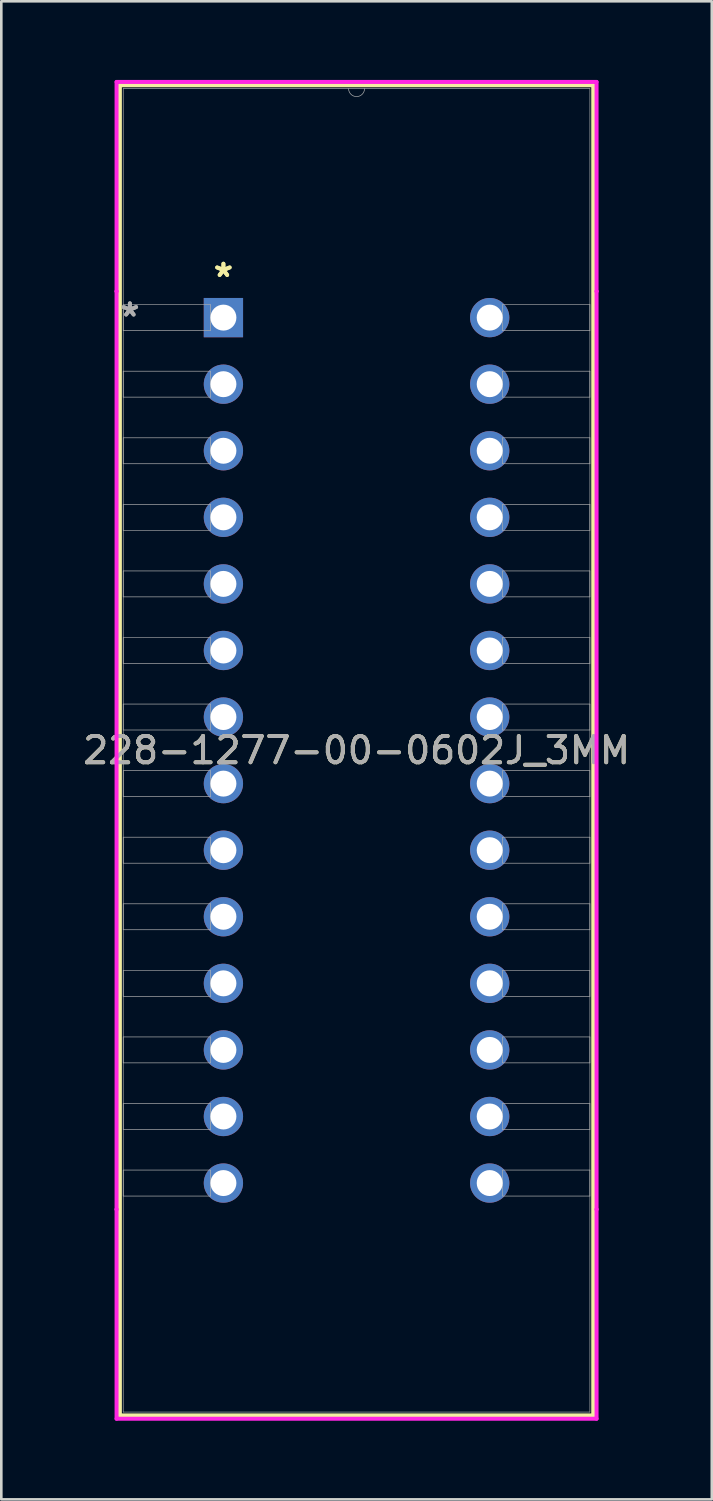
<source format=kicad_pcb>
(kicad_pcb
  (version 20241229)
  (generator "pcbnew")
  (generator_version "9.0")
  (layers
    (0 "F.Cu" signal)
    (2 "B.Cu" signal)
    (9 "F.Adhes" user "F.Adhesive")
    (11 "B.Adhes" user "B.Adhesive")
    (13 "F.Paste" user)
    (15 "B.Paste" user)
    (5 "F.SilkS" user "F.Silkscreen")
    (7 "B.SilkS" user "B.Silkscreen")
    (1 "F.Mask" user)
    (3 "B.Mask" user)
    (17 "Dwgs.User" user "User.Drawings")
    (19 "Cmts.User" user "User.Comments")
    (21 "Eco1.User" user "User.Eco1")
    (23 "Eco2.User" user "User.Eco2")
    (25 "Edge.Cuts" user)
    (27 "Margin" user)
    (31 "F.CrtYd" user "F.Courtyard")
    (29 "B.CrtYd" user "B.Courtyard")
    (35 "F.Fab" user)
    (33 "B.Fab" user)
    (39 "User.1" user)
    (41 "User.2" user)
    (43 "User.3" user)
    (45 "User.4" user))
  (footprint "228-1277-00-0602J_3MM"
    (layer "F.Cu")
    (at 5.474 9.068)
    (property "Reference" "228-1277-00-0602J_3MM" (at 5.08 16.51 0) (unlocked yes) (layer "F.SilkS") (effects (font (size 1 1) (thickness 0.15))))
    (attr through_hole)
    (fp_line (start -3.95 -8.865) (end -3.95 41.885) (stroke (width 0.152) (type solid)) (layer "F.SilkS"))
    (fp_line (start -3.95 41.885) (end 14.11 41.885) (stroke (width 0.152) (type solid)) (layer "F.SilkS"))
    (fp_line (start 14.11 -8.865) (end -3.95 -8.865) (stroke (width 0.152) (type solid)) (layer "F.SilkS"))
    (fp_line (start 14.11 41.885) (end 14.11 -8.865) (stroke (width 0.152) (type solid)) (layer "F.SilkS"))
    (fp_line (start -4.077 -8.992) (end 14.237 -8.992) (stroke (width 0.152) (type solid)) (layer "F.CrtYd"))
    (fp_line (start -4.077 -1.003) (end -4.077 -8.992) (stroke (width 0.152) (type solid)) (layer "F.CrtYd"))
    (fp_line (start -4.077 -1.003) (end -4.077 -1.003) (stroke (width 0.152) (type solid)) (layer "F.CrtYd"))
    (fp_line (start -4.077 34.023) (end -4.077 -1.003) (stroke (width 0.152) (type solid)) (layer "F.CrtYd"))
    (fp_line (start -4.077 34.023) (end -4.077 34.023) (stroke (width 0.152) (type solid)) (layer "F.CrtYd"))
    (fp_line (start -4.077 42.012) (end -4.077 34.023) (stroke (width 0.152) (type solid)) (layer "F.CrtYd"))
    (fp_line (start 14.237 -8.992) (end 14.237 -1.003) (stroke (width 0.152) (type solid)) (layer "F.CrtYd"))
    (fp_line (start 14.237 -1.003) (end 14.237 -1.003) (stroke (width 0.152) (type solid)) (layer "F.CrtYd"))
    (fp_line (start 14.237 -1.003) (end 14.237 34.023) (stroke (width 0.152) (type solid)) (layer "F.CrtYd"))
    (fp_line (start 14.237 34.023) (end 14.237 34.023) (stroke (width 0.152) (type solid)) (layer "F.CrtYd"))
    (fp_line (start 14.237 34.023) (end 14.237 42.012) (stroke (width 0.152) (type solid)) (layer "F.CrtYd"))
    (fp_line (start 14.237 42.012) (end -4.077 42.012) (stroke (width 0.152) (type solid)) (layer "F.CrtYd"))
    (fp_line (start -3.823 -8.738) (end -3.823 41.758) (stroke (width 0.025) (type solid)) (layer "F.Fab"))
    (fp_line (start -3.823 -0.495) (end -0.495 -0.495) (stroke (width 0.025) (type solid)) (layer "F.Fab"))
    (fp_line (start -3.823 0.495) (end -3.823 -0.495) (stroke (width 0.025) (type solid)) (layer "F.Fab"))
    (fp_line (start -3.823 2.045) (end -0.495 2.045) (stroke (width 0.025) (type solid)) (layer "F.Fab"))
    (fp_line (start -3.823 3.035) (end -3.823 2.045) (stroke (width 0.025) (type solid)) (layer "F.Fab"))
    (fp_line (start -3.823 4.585) (end -0.495 4.585) (stroke (width 0.025) (type solid)) (layer "F.Fab"))
    (fp_line (start -3.823 5.575) (end -3.823 4.585) (stroke (width 0.025) (type solid)) (layer "F.Fab"))
    (fp_line (start -3.823 7.125) (end -0.495 7.125) (stroke (width 0.025) (type solid)) (layer "F.Fab"))
    (fp_line (start -3.823 8.115) (end -3.823 7.125) (stroke (width 0.025) (type solid)) (layer "F.Fab"))
    (fp_line (start -3.823 9.665) (end -0.495 9.665) (stroke (width 0.025) (type solid)) (layer "F.Fab"))
    (fp_line (start -3.823 10.655) (end -3.823 9.665) (stroke (width 0.025) (type solid)) (layer "F.Fab"))
    (fp_line (start -3.823 12.205) (end -0.495 12.205) (stroke (width 0.025) (type solid)) (layer "F.Fab"))
    (fp_line (start -3.823 13.195) (end -3.823 12.205) (stroke (width 0.025) (type solid)) (layer "F.Fab"))
    (fp_line (start -3.823 14.745) (end -0.495 14.745) (stroke (width 0.025) (type solid)) (layer "F.Fab"))
    (fp_line (start -3.823 15.735) (end -3.823 14.745) (stroke (width 0.025) (type solid)) (layer "F.Fab"))
    (fp_line (start -3.823 17.285) (end -0.495 17.285) (stroke (width 0.025) (type solid)) (layer "F.Fab"))
    (fp_line (start -3.823 18.275) (end -3.823 17.285) (stroke (width 0.025) (type solid)) (layer "F.Fab"))
    (fp_line (start -3.823 19.825) (end -0.495 19.825) (stroke (width 0.025) (type solid)) (layer "F.Fab"))
    (fp_line (start -3.823 20.815) (end -3.823 19.825) (stroke (width 0.025) (type solid)) (layer "F.Fab"))
    (fp_line (start -3.823 22.365) (end -0.495 22.365) (stroke (width 0.025) (type solid)) (layer "F.Fab"))
    (fp_line (start -3.823 23.355) (end -3.823 22.365) (stroke (width 0.025) (type solid)) (layer "F.Fab"))
    (fp_line (start -3.823 24.905) (end -0.495 24.905) (stroke (width 0.025) (type solid)) (layer "F.Fab"))
    (fp_line (start -3.823 25.895) (end -3.823 24.905) (stroke (width 0.025) (type solid)) (layer "F.Fab"))
    (fp_line (start -3.823 27.445) (end -0.495 27.445) (stroke (width 0.025) (type solid)) (layer "F.Fab"))
    (fp_line (start -3.823 28.435) (end -3.823 27.445) (stroke (width 0.025) (type solid)) (layer "F.Fab"))
    (fp_line (start -3.823 29.985) (end -0.495 29.985) (stroke (width 0.025) (type solid)) (layer "F.Fab"))
    (fp_line (start -3.823 30.975) (end -3.823 29.985) (stroke (width 0.025) (type solid)) (layer "F.Fab"))
    (fp_line (start -3.823 32.525) (end -0.495 32.525) (stroke (width 0.025) (type solid)) (layer "F.Fab"))
    (fp_line (start -3.823 33.515) (end -3.823 32.525) (stroke (width 0.025) (type solid)) (layer "F.Fab"))
    (fp_line (start -3.823 41.758) (end 13.983 41.758) (stroke (width 0.025) (type solid)) (layer "F.Fab"))
    (fp_line (start -0.495 -0.495) (end -0.495 0.495) (stroke (width 0.025) (type solid)) (layer "F.Fab"))
    (fp_line (start -0.495 0.495) (end -3.823 0.495) (stroke (width 0.025) (type solid)) (layer "F.Fab"))
    (fp_line (start -0.495 2.045) (end -0.495 3.035) (stroke (width 0.025) (type solid)) (layer "F.Fab"))
    (fp_line (start -0.495 3.035) (end -3.823 3.035) (stroke (width 0.025) (type solid)) (layer "F.Fab"))
    (fp_line (start -0.495 4.585) (end -0.495 5.575) (stroke (width 0.025) (type solid)) (layer "F.Fab"))
    (fp_line (start -0.495 5.575) (end -3.823 5.575) (stroke (width 0.025) (type solid)) (layer "F.Fab"))
    (fp_line (start -0.495 7.125) (end -0.495 8.115) (stroke (width 0.025) (type solid)) (layer "F.Fab"))
    (fp_line (start -0.495 8.115) (end -3.823 8.115) (stroke (width 0.025) (type solid)) (layer "F.Fab"))
    (fp_line (start -0.495 9.665) (end -0.495 10.655) (stroke (width 0.025) (type solid)) (layer "F.Fab"))
    (fp_line (start -0.495 10.655) (end -3.823 10.655) (stroke (width 0.025) (type solid)) (layer "F.Fab"))
    (fp_line (start -0.495 12.205) (end -0.495 13.195) (stroke (width 0.025) (type solid)) (layer "F.Fab"))
    (fp_line (start -0.495 13.195) (end -3.823 13.195) (stroke (width 0.025) (type solid)) (layer "F.Fab"))
    (fp_line (start -0.495 14.745) (end -0.495 15.735) (stroke (width 0.025) (type solid)) (layer "F.Fab"))
    (fp_line (start -0.495 15.735) (end -3.823 15.735) (stroke (width 0.025) (type solid)) (layer "F.Fab"))
    (fp_line (start -0.495 17.285) (end -0.495 18.275) (stroke (width 0.025) (type solid)) (layer "F.Fab"))
    (fp_line (start -0.495 18.275) (end -3.823 18.275) (stroke (width 0.025) (type solid)) (layer "F.Fab"))
    (fp_line (start -0.495 19.825) (end -0.495 20.815) (stroke (width 0.025) (type solid)) (layer "F.Fab"))
    (fp_line (start -0.495 20.815) (end -3.823 20.815) (stroke (width 0.025) (type solid)) (layer "F.Fab"))
    (fp_line (start -0.495 22.365) (end -0.495 23.355) (stroke (width 0.025) (type solid)) (layer "F.Fab"))
    (fp_line (start -0.495 23.355) (end -3.823 23.355) (stroke (width 0.025) (type solid)) (layer "F.Fab"))
    (fp_line (start -0.495 24.905) (end -0.495 25.895) (stroke (width 0.025) (type solid)) (layer "F.Fab"))
    (fp_line (start -0.495 25.895) (end -3.823 25.895) (stroke (width 0.025) (type solid)) (layer "F.Fab"))
    (fp_line (start -0.495 27.445) (end -0.495 28.435) (stroke (width 0.025) (type solid)) (layer "F.Fab"))
    (fp_line (start -0.495 28.435) (end -3.823 28.435) (stroke (width 0.025) (type solid)) (layer "F.Fab"))
    (fp_line (start -0.495 29.985) (end -0.495 30.975) (stroke (width 0.025) (type solid)) (layer "F.Fab"))
    (fp_line (start -0.495 30.975) (end -3.823 30.975) (stroke (width 0.025) (type solid)) (layer "F.Fab"))
    (fp_line (start -0.495 32.525) (end -0.495 33.515) (stroke (width 0.025) (type solid)) (layer "F.Fab"))
    (fp_line (start -0.495 33.515) (end -3.823 33.515) (stroke (width 0.025) (type solid)) (layer "F.Fab"))
    (fp_line (start 10.655 -0.495) (end 13.983 -0.495) (stroke (width 0.025) (type solid)) (layer "F.Fab"))
    (fp_line (start 10.655 0.495) (end 10.655 -0.495) (stroke (width 0.025) (type solid)) (layer "F.Fab"))
    (fp_line (start 10.655 2.045) (end 13.983 2.045) (stroke (width 0.025) (type solid)) (layer "F.Fab"))
    (fp_line (start 10.655 3.035) (end 10.655 2.045) (stroke (width 0.025) (type solid)) (layer "F.Fab"))
    (fp_line (start 10.655 4.585) (end 13.983 4.585) (stroke (width 0.025) (type solid)) (layer "F.Fab"))
    (fp_line (start 10.655 5.575) (end 10.655 4.585) (stroke (width 0.025) (type solid)) (layer "F.Fab"))
    (fp_line (start 10.655 7.125) (end 13.983 7.125) (stroke (width 0.025) (type solid)) (layer "F.Fab"))
    (fp_line (start 10.655 8.115) (end 10.655 7.125) (stroke (width 0.025) (type solid)) (layer "F.Fab"))
    (fp_line (start 10.655 9.665) (end 13.983 9.665) (stroke (width 0.025) (type solid)) (layer "F.Fab"))
    (fp_line (start 10.655 10.655) (end 10.655 9.665) (stroke (width 0.025) (type solid)) (layer "F.Fab"))
    (fp_line (start 10.655 12.205) (end 13.983 12.205) (stroke (width 0.025) (type solid)) (layer "F.Fab"))
    (fp_line (start 10.655 13.195) (end 10.655 12.205) (stroke (width 0.025) (type solid)) (layer "F.Fab"))
    (fp_line (start 10.655 14.745) (end 13.983 14.745) (stroke (width 0.025) (type solid)) (layer "F.Fab"))
    (fp_line (start 10.655 15.735) (end 10.655 14.745) (stroke (width 0.025) (type solid)) (layer "F.Fab"))
    (fp_line (start 10.655 17.285) (end 13.983 17.285) (stroke (width 0.025) (type solid)) (layer "F.Fab"))
    (fp_line (start 10.655 18.275) (end 10.655 17.285) (stroke (width 0.025) (type solid)) (layer "F.Fab"))
    (fp_line (start 10.655 19.825) (end 13.983 19.825) (stroke (width 0.025) (type solid)) (layer "F.Fab"))
    (fp_line (start 10.655 20.815) (end 10.655 19.825) (stroke (width 0.025) (type solid)) (layer "F.Fab"))
    (fp_line (start 10.655 22.365) (end 13.983 22.365) (stroke (width 0.025) (type solid)) (layer "F.Fab"))
    (fp_line (start 10.655 23.355) (end 10.655 22.365) (stroke (width 0.025) (type solid)) (layer "F.Fab"))
    (fp_line (start 10.655 24.905) (end 13.983 24.905) (stroke (width 0.025) (type solid)) (layer "F.Fab"))
    (fp_line (start 10.655 25.895) (end 10.655 24.905) (stroke (width 0.025) (type solid)) (layer "F.Fab"))
    (fp_line (start 10.655 27.445) (end 13.983 27.445) (stroke (width 0.025) (type solid)) (layer "F.Fab"))
    (fp_line (start 10.655 28.435) (end 10.655 27.445) (stroke (width 0.025) (type solid)) (layer "F.Fab"))
    (fp_line (start 10.655 29.985) (end 13.983 29.985) (stroke (width 0.025) (type solid)) (layer "F.Fab"))
    (fp_line (start 10.655 30.975) (end 10.655 29.985) (stroke (width 0.025) (type solid)) (layer "F.Fab"))
    (fp_line (start 10.655 32.525) (end 13.983 32.525) (stroke (width 0.025) (type solid)) (layer "F.Fab"))
    (fp_line (start 10.655 33.515) (end 10.655 32.525) (stroke (width 0.025) (type solid)) (layer "F.Fab"))
    (fp_line (start 13.983 -8.738) (end -3.823 -8.738) (stroke (width 0.025) (type solid)) (layer "F.Fab"))
    (fp_line (start 13.983 -0.495) (end 13.983 0.495) (stroke (width 0.025) (type solid)) (layer "F.Fab"))
    (fp_line (start 13.983 0.495) (end 10.655 0.495) (stroke (width 0.025) (type solid)) (layer "F.Fab"))
    (fp_line (start 13.983 2.045) (end 13.983 3.035) (stroke (width 0.025) (type solid)) (layer "F.Fab"))
    (fp_line (start 13.983 3.035) (end 10.655 3.035) (stroke (width 0.025) (type solid)) (layer "F.Fab"))
    (fp_line (start 13.983 4.585) (end 13.983 5.575) (stroke (width 0.025) (type solid)) (layer "F.Fab"))
    (fp_line (start 13.983 5.575) (end 10.655 5.575) (stroke (width 0.025) (type solid)) (layer "F.Fab"))
    (fp_line (start 13.983 7.125) (end 13.983 8.115) (stroke (width 0.025) (type solid)) (layer "F.Fab"))
    (fp_line (start 13.983 8.115) (end 10.655 8.115) (stroke (width 0.025) (type solid)) (layer "F.Fab"))
    (fp_line (start 13.983 9.665) (end 13.983 10.655) (stroke (width 0.025) (type solid)) (layer "F.Fab"))
    (fp_line (start 13.983 10.655) (end 10.655 10.655) (stroke (width 0.025) (type solid)) (layer "F.Fab"))
    (fp_line (start 13.983 12.205) (end 13.983 13.195) (stroke (width 0.025) (type solid)) (layer "F.Fab"))
    (fp_line (start 13.983 13.195) (end 10.655 13.195) (stroke (width 0.025) (type solid)) (layer "F.Fab"))
    (fp_line (start 13.983 14.745) (end 13.983 15.735) (stroke (width 0.025) (type solid)) (layer "F.Fab"))
    (fp_line (start 13.983 15.735) (end 10.655 15.735) (stroke (width 0.025) (type solid)) (layer "F.Fab"))
    (fp_line (start 13.983 17.285) (end 13.983 18.275) (stroke (width 0.025) (type solid)) (layer "F.Fab"))
    (fp_line (start 13.983 18.275) (end 10.655 18.275) (stroke (width 0.025) (type solid)) (layer "F.Fab"))
    (fp_line (start 13.983 19.825) (end 13.983 20.815) (stroke (width 0.025) (type solid)) (layer "F.Fab"))
    (fp_line (start 13.983 20.815) (end 10.655 20.815) (stroke (width 0.025) (type solid)) (layer "F.Fab"))
    (fp_line (start 13.983 22.365) (end 13.983 23.355) (stroke (width 0.025) (type solid)) (layer "F.Fab"))
    (fp_line (start 13.983 23.355) (end 10.655 23.355) (stroke (width 0.025) (type solid)) (layer "F.Fab"))
    (fp_line (start 13.983 24.905) (end 13.983 25.895) (stroke (width 0.025) (type solid)) (layer "F.Fab"))
    (fp_line (start 13.983 25.895) (end 10.655 25.895) (stroke (width 0.025) (type solid)) (layer "F.Fab"))
    (fp_line (start 13.983 27.445) (end 13.983 28.435) (stroke (width 0.025) (type solid)) (layer "F.Fab"))
    (fp_line (start 13.983 28.435) (end 10.655 28.435) (stroke (width 0.025) (type solid)) (layer "F.Fab"))
    (fp_line (start 13.983 29.985) (end 13.983 30.975) (stroke (width 0.025) (type solid)) (layer "F.Fab"))
    (fp_line (start 13.983 30.975) (end 10.655 30.975) (stroke (width 0.025) (type solid)) (layer "F.Fab"))
    (fp_line (start 13.983 32.525) (end 13.983 33.515) (stroke (width 0.025) (type solid)) (layer "F.Fab"))
    (fp_line (start 13.983 33.515) (end 10.655 33.515) (stroke (width 0.025) (type solid)) (layer "F.Fab"))
    (fp_line (start 13.983 41.758) (end 13.983 -8.738) (stroke (width 0.025) (type solid)) (layer "F.Fab"))
    (fp_arc (start 5.3848 -8.7376) (mid 5.08 -8.4328) (end 4.7752 -8.7376) (stroke (width 0.0254) (type solid)) (layer "F.Fab"))
    (fp_text user "*" (at 0 -1.511 0) (unlocked yes) (layer "F.SilkS") (effects (font (size 1 1) (thickness 0.15))))
    (fp_text user "*" (at 0 -1.511 0) (layer "F.SilkS") (effects (font (size 1 1) (thickness 0.15))))
    (fp_text user "*" (at -3.569 0 0) (unlocked yes) (layer "F.Fab") (effects (font (size 1 1) (thickness 0.15))))
    (fp_text user "${REFERENCE}" (at 5.08 16.51 0) (unlocked yes) (layer "F.Fab") (effects (font (size 1 1) (thickness 0.15))))
    (fp_text user "*" (at -3.569 0 0) (layer "F.Fab") (effects (font (size 1 1) (thickness 0.15))))
    (pad "1" thru_hole rect (at 0 0) (size 1.499 1.499) (drill 0.991) (layers "*.Cu" "*.Mask"))
    (pad "2" thru_hole circle (at 0 2.54) (size 1.499 1.499) (drill 0.991) (layers "*.Cu" "*.Mask"))
    (pad "3" thru_hole circle (at 0 5.08) (size 1.499 1.499) (drill 0.991) (layers "*.Cu" "*.Mask"))
    (pad "4" thru_hole circle (at 0 7.62) (size 1.499 1.499) (drill 0.991) (layers "*.Cu" "*.Mask"))
    (pad "5" thru_hole circle (at 0 10.16) (size 1.499 1.499) (drill 0.991) (layers "*.Cu" "*.Mask"))
    (pad "6" thru_hole circle (at 0 12.7) (size 1.499 1.499) (drill 0.991) (layers "*.Cu" "*.Mask"))
    (pad "7" thru_hole circle (at 0 15.24) (size 1.499 1.499) (drill 0.991) (layers "*.Cu" "*.Mask"))
    (pad "8" thru_hole circle (at 0 17.78) (size 1.499 1.499) (drill 0.991) (layers "*.Cu" "*.Mask"))
    (pad "9" thru_hole circle (at 0 20.32) (size 1.499 1.499) (drill 0.991) (layers "*.Cu" "*.Mask"))
    (pad "10" thru_hole circle (at 0 22.86) (size 1.499 1.499) (drill 0.991) (layers "*.Cu" "*.Mask"))
    (pad "11" thru_hole circle (at 0 25.4) (size 1.499 1.499) (drill 0.991) (layers "*.Cu" "*.Mask"))
    (pad "12" thru_hole circle (at 0 27.94) (size 1.499 1.499) (drill 0.991) (layers "*.Cu" "*.Mask"))
    (pad "13" thru_hole circle (at 0 30.48) (size 1.499 1.499) (drill 0.991) (layers "*.Cu" "*.Mask"))
    (pad "14" thru_hole circle (at 0 33.02) (size 1.499 1.499) (drill 0.991) (layers "*.Cu" "*.Mask"))
    (pad "15" thru_hole circle (at 10.16 33.02) (size 1.499 1.499) (drill 0.991) (layers "*.Cu" "*.Mask"))
    (pad "16" thru_hole circle (at 10.16 30.48) (size 1.499 1.499) (drill 0.991) (layers "*.Cu" "*.Mask"))
    (pad "17" thru_hole circle (at 10.16 27.94) (size 1.499 1.499) (drill 0.991) (layers "*.Cu" "*.Mask"))
    (pad "18" thru_hole circle (at 10.16 25.4) (size 1.499 1.499) (drill 0.991) (layers "*.Cu" "*.Mask"))
    (pad "19" thru_hole circle (at 10.16 22.86) (size 1.499 1.499) (drill 0.991) (layers "*.Cu" "*.Mask"))
    (pad "20" thru_hole circle (at 10.16 20.32) (size 1.499 1.499) (drill 0.991) (layers "*.Cu" "*.Mask"))
    (pad "21" thru_hole circle (at 10.16 17.78) (size 1.499 1.499) (drill 0.991) (layers "*.Cu" "*.Mask"))
    (pad "22" thru_hole circle (at 10.16 15.24) (size 1.499 1.499) (drill 0.991) (layers "*.Cu" "*.Mask"))
    (pad "23" thru_hole circle (at 10.16 12.7) (size 1.499 1.499) (drill 0.991) (layers "*.Cu" "*.Mask"))
    (pad "24" thru_hole circle (at 10.16 10.16) (size 1.499 1.499) (drill 0.991) (layers "*.Cu" "*.Mask"))
    (pad "25" thru_hole circle (at 10.16 7.62) (size 1.499 1.499) (drill 0.991) (layers "*.Cu" "*.Mask"))
    (pad "26" thru_hole circle (at 10.16 5.08) (size 1.499 1.499) (drill 0.991) (layers "*.Cu" "*.Mask"))
    (pad "27" thru_hole circle (at 10.16 2.54) (size 1.499 1.499) (drill 0.991) (layers "*.Cu" "*.Mask"))
    (pad "28" thru_hole circle (at 10.16 0) (size 1.499 1.499) (drill 0.991) (layers "*.Cu" "*.Mask")))
  (gr_rect
    (start -3 -3)
    (end 24.107 54.156)
    (stroke (width 0.1) (type default))
    (fill no)
    (layer "Edge.Cuts")))
</source>
